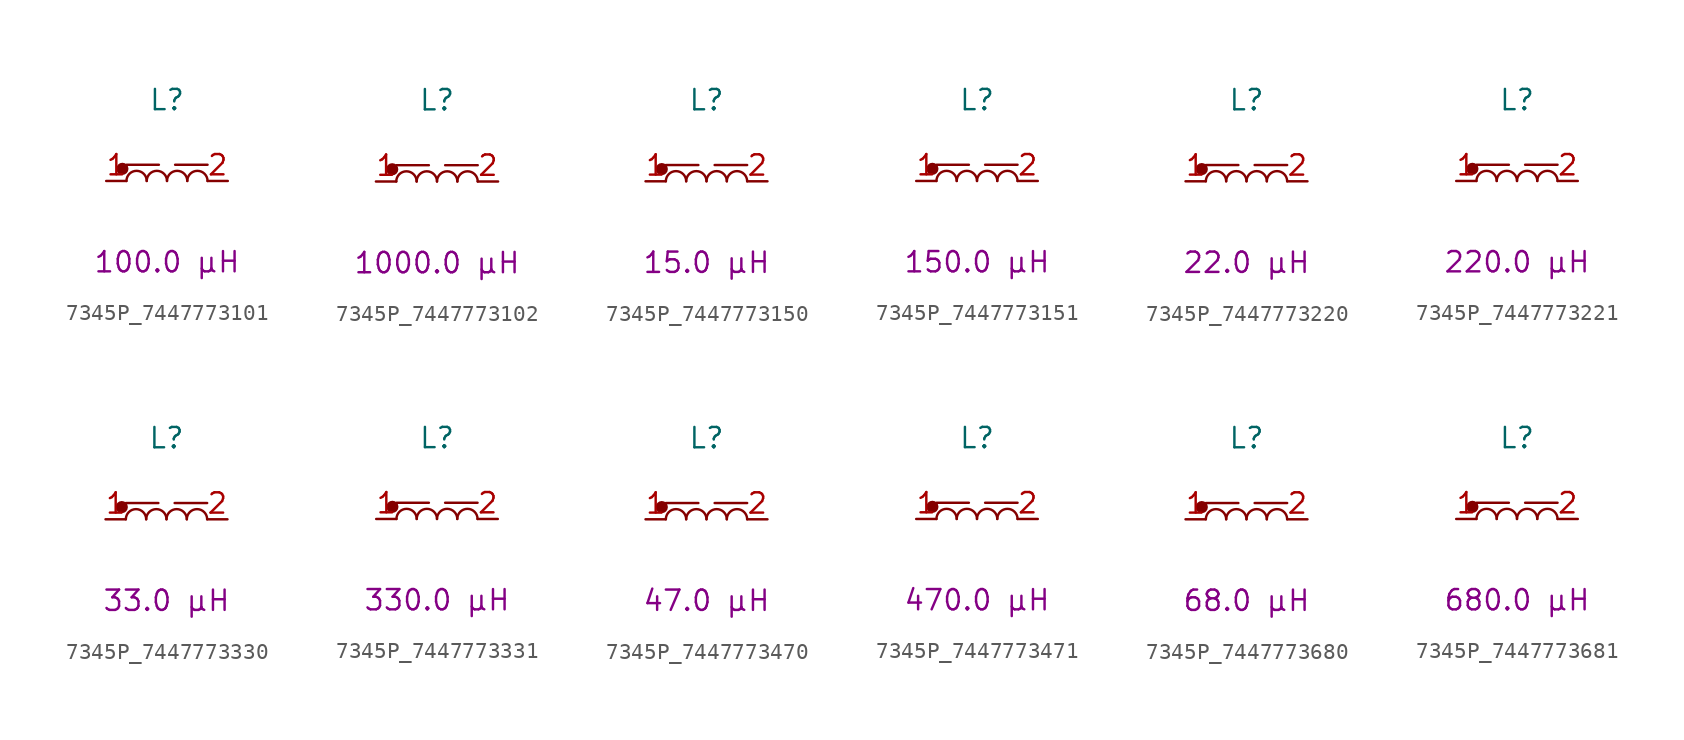
<source format=kicad_sym>
(kicad_symbol_lib
  (version 20220914)
  (generator kicad_symbol_editor)
  (symbol "7345P_7447773101"
    (pin_names hide)
    (property "Reference" "L"
      (at 0 5.08 0)
      (effects (font (size 1.27 1.27))))
    (property "Critical Parameter" "100.0 µH"
      (at 0 -5.08 0)
      (effects (font (size 1.27 1.27))))
    (symbol "7345P_7447773101_0_1"
      (arc (start -1.27 0) (mid -1.905 0.6323) (end -2.54 0) (stroke (width 0) (type default)) (fill (type none)))
      (arc (start 0 0) (mid -0.635 0.6323) (end -1.27 0) (stroke (width 0) (type default)) (fill (type none)))
      (polyline (pts (xy -2.54 1.016) (xy -0.508 1.016)) (stroke (width 0) (type default)) (fill (type none)))
      (arc (start 1.27 0) (mid 0.635 0.6323) (end 0 0) (stroke (width 0) (type default)) (fill (type none)))
      (arc (start 2.54 0) (mid 1.905 0.6323) (end 1.27 0) (stroke (width 0) (type default)) (fill (type none))))
    (symbol "7345P_7447773101_1_1"
      (circle (center -2.794 0.762) (radius 0.0001) (stroke (width 0.381) (type default)) (fill (type none)))
      (polyline (pts (xy 2.54 1.016) (xy 0.508 1.016)) (stroke (width 0) (type default)) (fill (type none)))
      (pin passive line (at -3.81 0 0) (length 1.27) (name "1" (effects (font (size 1.27 1.27)))) (number "1" (effects (font (size 1.27 1.27)))))
      (pin passive line (at 3.81 0 180) (length 1.27) (name "2" (effects (font (size 1.27 1.27)))) (number "2" (effects (font (size 1.27 1.27)))))))
  (symbol "7345P_7447773102"
    (pin_names hide)
    (property "Reference" "L"
      (at 0 5.08 0)
      (effects (font (size 1.27 1.27))))
    (property "Critical Parameter" "1000.0 µH"
      (at 0 -5.08 0)
      (effects (font (size 1.27 1.27))))
    (symbol "7345P_7447773102_0_1"
      (arc (start -1.27 0) (mid -1.905 0.6323) (end -2.54 0) (stroke (width 0) (type default)) (fill (type none)))
      (arc (start 0 0) (mid -0.635 0.6323) (end -1.27 0) (stroke (width 0) (type default)) (fill (type none)))
      (polyline (pts (xy -2.54 1.016) (xy -0.508 1.016)) (stroke (width 0) (type default)) (fill (type none)))
      (arc (start 1.27 0) (mid 0.635 0.6323) (end 0 0) (stroke (width 0) (type default)) (fill (type none)))
      (arc (start 2.54 0) (mid 1.905 0.6323) (end 1.27 0) (stroke (width 0) (type default)) (fill (type none))))
    (symbol "7345P_7447773102_1_1"
      (circle (center -2.794 0.762) (radius 0.0001) (stroke (width 0.381) (type default)) (fill (type none)))
      (polyline (pts (xy 2.54 1.016) (xy 0.508 1.016)) (stroke (width 0) (type default)) (fill (type none)))
      (pin passive line (at -3.81 0 0) (length 1.27) (name "1" (effects (font (size 1.27 1.27)))) (number "1" (effects (font (size 1.27 1.27)))))
      (pin passive line (at 3.81 0 180) (length 1.27) (name "2" (effects (font (size 1.27 1.27)))) (number "2" (effects (font (size 1.27 1.27)))))))
  (symbol "7345P_7447773150"
    (pin_names hide)
    (property "Reference" "L"
      (at 0 5.08 0)
      (effects (font (size 1.27 1.27))))
    (property "Critical Parameter" "15.0 µH"
      (at 0 -5.08 0)
      (effects (font (size 1.27 1.27))))
    (symbol "7345P_7447773150_0_1"
      (arc (start -1.27 0) (mid -1.905 0.6323) (end -2.54 0) (stroke (width 0) (type default)) (fill (type none)))
      (arc (start 0 0) (mid -0.635 0.6323) (end -1.27 0) (stroke (width 0) (type default)) (fill (type none)))
      (polyline (pts (xy -2.54 1.016) (xy -0.508 1.016)) (stroke (width 0) (type default)) (fill (type none)))
      (arc (start 1.27 0) (mid 0.635 0.6323) (end 0 0) (stroke (width 0) (type default)) (fill (type none)))
      (arc (start 2.54 0) (mid 1.905 0.6323) (end 1.27 0) (stroke (width 0) (type default)) (fill (type none))))
    (symbol "7345P_7447773150_1_1"
      (circle (center -2.794 0.762) (radius 0.0001) (stroke (width 0.381) (type default)) (fill (type none)))
      (polyline (pts (xy 2.54 1.016) (xy 0.508 1.016)) (stroke (width 0) (type default)) (fill (type none)))
      (pin passive line (at -3.81 0 0) (length 1.27) (name "1" (effects (font (size 1.27 1.27)))) (number "1" (effects (font (size 1.27 1.27)))))
      (pin passive line (at 3.81 0 180) (length 1.27) (name "2" (effects (font (size 1.27 1.27)))) (number "2" (effects (font (size 1.27 1.27)))))))
  (symbol "7345P_7447773151"
    (pin_names hide)
    (property "Reference" "L"
      (at 0 5.08 0)
      (effects (font (size 1.27 1.27))))
    (property "Critical Parameter" "150.0 µH"
      (at 0 -5.08 0)
      (effects (font (size 1.27 1.27))))
    (symbol "7345P_7447773151_0_1"
      (arc (start -1.27 0) (mid -1.905 0.6323) (end -2.54 0) (stroke (width 0) (type default)) (fill (type none)))
      (arc (start 0 0) (mid -0.635 0.6323) (end -1.27 0) (stroke (width 0) (type default)) (fill (type none)))
      (polyline (pts (xy -2.54 1.016) (xy -0.508 1.016)) (stroke (width 0) (type default)) (fill (type none)))
      (arc (start 1.27 0) (mid 0.635 0.6323) (end 0 0) (stroke (width 0) (type default)) (fill (type none)))
      (arc (start 2.54 0) (mid 1.905 0.6323) (end 1.27 0) (stroke (width 0) (type default)) (fill (type none))))
    (symbol "7345P_7447773151_1_1"
      (circle (center -2.794 0.762) (radius 0.0001) (stroke (width 0.381) (type default)) (fill (type none)))
      (polyline (pts (xy 2.54 1.016) (xy 0.508 1.016)) (stroke (width 0) (type default)) (fill (type none)))
      (pin passive line (at -3.81 0 0) (length 1.27) (name "1" (effects (font (size 1.27 1.27)))) (number "1" (effects (font (size 1.27 1.27)))))
      (pin passive line (at 3.81 0 180) (length 1.27) (name "2" (effects (font (size 1.27 1.27)))) (number "2" (effects (font (size 1.27 1.27)))))))
  (symbol "7345P_7447773220"
    (pin_names hide)
    (property "Reference" "L"
      (at 0 5.08 0)
      (effects (font (size 1.27 1.27))))
    (property "Critical Parameter" "22.0 µH"
      (at 0 -5.08 0)
      (effects (font (size 1.27 1.27))))
    (symbol "7345P_7447773220_0_1"
      (arc (start -1.27 0) (mid -1.905 0.6323) (end -2.54 0) (stroke (width 0) (type default)) (fill (type none)))
      (arc (start 0 0) (mid -0.635 0.6323) (end -1.27 0) (stroke (width 0) (type default)) (fill (type none)))
      (polyline (pts (xy -2.54 1.016) (xy -0.508 1.016)) (stroke (width 0) (type default)) (fill (type none)))
      (arc (start 1.27 0) (mid 0.635 0.6323) (end 0 0) (stroke (width 0) (type default)) (fill (type none)))
      (arc (start 2.54 0) (mid 1.905 0.6323) (end 1.27 0) (stroke (width 0) (type default)) (fill (type none))))
    (symbol "7345P_7447773220_1_1"
      (circle (center -2.794 0.762) (radius 0.0001) (stroke (width 0.381) (type default)) (fill (type none)))
      (polyline (pts (xy 2.54 1.016) (xy 0.508 1.016)) (stroke (width 0) (type default)) (fill (type none)))
      (pin passive line (at -3.81 0 0) (length 1.27) (name "1" (effects (font (size 1.27 1.27)))) (number "1" (effects (font (size 1.27 1.27)))))
      (pin passive line (at 3.81 0 180) (length 1.27) (name "2" (effects (font (size 1.27 1.27)))) (number "2" (effects (font (size 1.27 1.27)))))))
  (symbol "7345P_7447773221"
    (pin_names hide)
    (property "Reference" "L"
      (at 0 5.08 0)
      (effects (font (size 1.27 1.27))))
    (property "Critical Parameter" "220.0 µH"
      (at 0 -5.08 0)
      (effects (font (size 1.27 1.27))))
    (symbol "7345P_7447773221_0_1"
      (arc (start -1.27 0) (mid -1.905 0.6323) (end -2.54 0) (stroke (width 0) (type default)) (fill (type none)))
      (arc (start 0 0) (mid -0.635 0.6323) (end -1.27 0) (stroke (width 0) (type default)) (fill (type none)))
      (polyline (pts (xy -2.54 1.016) (xy -0.508 1.016)) (stroke (width 0) (type default)) (fill (type none)))
      (arc (start 1.27 0) (mid 0.635 0.6323) (end 0 0) (stroke (width 0) (type default)) (fill (type none)))
      (arc (start 2.54 0) (mid 1.905 0.6323) (end 1.27 0) (stroke (width 0) (type default)) (fill (type none))))
    (symbol "7345P_7447773221_1_1"
      (circle (center -2.794 0.762) (radius 0.0001) (stroke (width 0.381) (type default)) (fill (type none)))
      (polyline (pts (xy 2.54 1.016) (xy 0.508 1.016)) (stroke (width 0) (type default)) (fill (type none)))
      (pin passive line (at -3.81 0 0) (length 1.27) (name "1" (effects (font (size 1.27 1.27)))) (number "1" (effects (font (size 1.27 1.27)))))
      (pin passive line (at 3.81 0 180) (length 1.27) (name "2" (effects (font (size 1.27 1.27)))) (number "2" (effects (font (size 1.27 1.27)))))))
  (symbol "7345P_7447773330"
    (pin_names hide)
    (property "Reference" "L"
      (at 0 5.08 0)
      (effects (font (size 1.27 1.27))))
    (property "Critical Parameter" "33.0 µH"
      (at 0 -5.08 0)
      (effects (font (size 1.27 1.27))))
    (symbol "7345P_7447773330_0_1"
      (arc (start -1.27 0) (mid -1.905 0.6323) (end -2.54 0) (stroke (width 0) (type default)) (fill (type none)))
      (arc (start 0 0) (mid -0.635 0.6323) (end -1.27 0) (stroke (width 0) (type default)) (fill (type none)))
      (polyline (pts (xy -2.54 1.016) (xy -0.508 1.016)) (stroke (width 0) (type default)) (fill (type none)))
      (arc (start 1.27 0) (mid 0.635 0.6323) (end 0 0) (stroke (width 0) (type default)) (fill (type none)))
      (arc (start 2.54 0) (mid 1.905 0.6323) (end 1.27 0) (stroke (width 0) (type default)) (fill (type none))))
    (symbol "7345P_7447773330_1_1"
      (circle (center -2.794 0.762) (radius 0.0001) (stroke (width 0.381) (type default)) (fill (type none)))
      (polyline (pts (xy 2.54 1.016) (xy 0.508 1.016)) (stroke (width 0) (type default)) (fill (type none)))
      (pin passive line (at -3.81 0 0) (length 1.27) (name "1" (effects (font (size 1.27 1.27)))) (number "1" (effects (font (size 1.27 1.27)))))
      (pin passive line (at 3.81 0 180) (length 1.27) (name "2" (effects (font (size 1.27 1.27)))) (number "2" (effects (font (size 1.27 1.27)))))))
  (symbol "7345P_7447773331"
    (pin_names hide)
    (property "Reference" "L"
      (at 0 5.08 0)
      (effects (font (size 1.27 1.27))))
    (property "Critical Parameter" "330.0 µH"
      (at 0 -5.08 0)
      (effects (font (size 1.27 1.27))))
    (symbol "7345P_7447773331_0_1"
      (arc (start -1.27 0) (mid -1.905 0.6323) (end -2.54 0) (stroke (width 0) (type default)) (fill (type none)))
      (arc (start 0 0) (mid -0.635 0.6323) (end -1.27 0) (stroke (width 0) (type default)) (fill (type none)))
      (polyline (pts (xy -2.54 1.016) (xy -0.508 1.016)) (stroke (width 0) (type default)) (fill (type none)))
      (arc (start 1.27 0) (mid 0.635 0.6323) (end 0 0) (stroke (width 0) (type default)) (fill (type none)))
      (arc (start 2.54 0) (mid 1.905 0.6323) (end 1.27 0) (stroke (width 0) (type default)) (fill (type none))))
    (symbol "7345P_7447773331_1_1"
      (circle (center -2.794 0.762) (radius 0.0001) (stroke (width 0.381) (type default)) (fill (type none)))
      (polyline (pts (xy 2.54 1.016) (xy 0.508 1.016)) (stroke (width 0) (type default)) (fill (type none)))
      (pin passive line (at -3.81 0 0) (length 1.27) (name "1" (effects (font (size 1.27 1.27)))) (number "1" (effects (font (size 1.27 1.27)))))
      (pin passive line (at 3.81 0 180) (length 1.27) (name "2" (effects (font (size 1.27 1.27)))) (number "2" (effects (font (size 1.27 1.27)))))))
  (symbol "7345P_7447773470"
    (pin_names hide)
    (property "Reference" "L"
      (at 0 5.08 0)
      (effects (font (size 1.27 1.27))))
    (property "Critical Parameter" "47.0 µH"
      (at 0 -5.08 0)
      (effects (font (size 1.27 1.27))))
    (symbol "7345P_7447773470_0_1"
      (arc (start -1.27 0) (mid -1.905 0.6323) (end -2.54 0) (stroke (width 0) (type default)) (fill (type none)))
      (arc (start 0 0) (mid -0.635 0.6323) (end -1.27 0) (stroke (width 0) (type default)) (fill (type none)))
      (polyline (pts (xy -2.54 1.016) (xy -0.508 1.016)) (stroke (width 0) (type default)) (fill (type none)))
      (arc (start 1.27 0) (mid 0.635 0.6323) (end 0 0) (stroke (width 0) (type default)) (fill (type none)))
      (arc (start 2.54 0) (mid 1.905 0.6323) (end 1.27 0) (stroke (width 0) (type default)) (fill (type none))))
    (symbol "7345P_7447773470_1_1"
      (circle (center -2.794 0.762) (radius 0.0001) (stroke (width 0.381) (type default)) (fill (type none)))
      (polyline (pts (xy 2.54 1.016) (xy 0.508 1.016)) (stroke (width 0) (type default)) (fill (type none)))
      (pin passive line (at -3.81 0 0) (length 1.27) (name "1" (effects (font (size 1.27 1.27)))) (number "1" (effects (font (size 1.27 1.27)))))
      (pin passive line (at 3.81 0 180) (length 1.27) (name "2" (effects (font (size 1.27 1.27)))) (number "2" (effects (font (size 1.27 1.27)))))))
  (symbol "7345P_7447773471"
    (pin_names hide)
    (property "Reference" "L"
      (at 0 5.08 0)
      (effects (font (size 1.27 1.27))))
    (property "Critical Parameter" "470.0 µH"
      (at 0 -5.08 0)
      (effects (font (size 1.27 1.27))))
    (symbol "7345P_7447773471_0_1"
      (arc (start -1.27 0) (mid -1.905 0.6323) (end -2.54 0) (stroke (width 0) (type default)) (fill (type none)))
      (arc (start 0 0) (mid -0.635 0.6323) (end -1.27 0) (stroke (width 0) (type default)) (fill (type none)))
      (polyline (pts (xy -2.54 1.016) (xy -0.508 1.016)) (stroke (width 0) (type default)) (fill (type none)))
      (arc (start 1.27 0) (mid 0.635 0.6323) (end 0 0) (stroke (width 0) (type default)) (fill (type none)))
      (arc (start 2.54 0) (mid 1.905 0.6323) (end 1.27 0) (stroke (width 0) (type default)) (fill (type none))))
    (symbol "7345P_7447773471_1_1"
      (circle (center -2.794 0.762) (radius 0.0001) (stroke (width 0.381) (type default)) (fill (type none)))
      (polyline (pts (xy 2.54 1.016) (xy 0.508 1.016)) (stroke (width 0) (type default)) (fill (type none)))
      (pin passive line (at -3.81 0 0) (length 1.27) (name "1" (effects (font (size 1.27 1.27)))) (number "1" (effects (font (size 1.27 1.27)))))
      (pin passive line (at 3.81 0 180) (length 1.27) (name "2" (effects (font (size 1.27 1.27)))) (number "2" (effects (font (size 1.27 1.27)))))))
  (symbol "7345P_7447773680"
    (pin_names hide)
    (property "Reference" "L"
      (at 0 5.08 0)
      (effects (font (size 1.27 1.27))))
    (property "Critical Parameter" "68.0 µH"
      (at 0 -5.08 0)
      (effects (font (size 1.27 1.27))))
    (symbol "7345P_7447773680_0_1"
      (arc (start -1.27 0) (mid -1.905 0.6323) (end -2.54 0) (stroke (width 0) (type default)) (fill (type none)))
      (arc (start 0 0) (mid -0.635 0.6323) (end -1.27 0) (stroke (width 0) (type default)) (fill (type none)))
      (polyline (pts (xy -2.54 1.016) (xy -0.508 1.016)) (stroke (width 0) (type default)) (fill (type none)))
      (arc (start 1.27 0) (mid 0.635 0.6323) (end 0 0) (stroke (width 0) (type default)) (fill (type none)))
      (arc (start 2.54 0) (mid 1.905 0.6323) (end 1.27 0) (stroke (width 0) (type default)) (fill (type none))))
    (symbol "7345P_7447773680_1_1"
      (circle (center -2.794 0.762) (radius 0.0001) (stroke (width 0.381) (type default)) (fill (type none)))
      (polyline (pts (xy 2.54 1.016) (xy 0.508 1.016)) (stroke (width 0) (type default)) (fill (type none)))
      (pin passive line (at -3.81 0 0) (length 1.27) (name "1" (effects (font (size 1.27 1.27)))) (number "1" (effects (font (size 1.27 1.27)))))
      (pin passive line (at 3.81 0 180) (length 1.27) (name "2" (effects (font (size 1.27 1.27)))) (number "2" (effects (font (size 1.27 1.27)))))))
  (symbol "7345P_7447773681"
    (pin_names hide)
    (property "Reference" "L"
      (at 0 5.08 0)
      (effects (font (size 1.27 1.27))))
    (property "Critical Parameter" "680.0 µH"
      (at 0 -5.08 0)
      (effects (font (size 1.27 1.27))))
    (symbol "7345P_7447773681_0_1"
      (arc (start -1.27 0) (mid -1.905 0.6323) (end -2.54 0) (stroke (width 0) (type default)) (fill (type none)))
      (arc (start 0 0) (mid -0.635 0.6323) (end -1.27 0) (stroke (width 0) (type default)) (fill (type none)))
      (polyline (pts (xy -2.54 1.016) (xy -0.508 1.016)) (stroke (width 0) (type default)) (fill (type none)))
      (arc (start 1.27 0) (mid 0.635 0.6323) (end 0 0) (stroke (width 0) (type default)) (fill (type none)))
      (arc (start 2.54 0) (mid 1.905 0.6323) (end 1.27 0) (stroke (width 0) (type default)) (fill (type none))))
    (symbol "7345P_7447773681_1_1"
      (circle (center -2.794 0.762) (radius 0.0001) (stroke (width 0.381) (type default)) (fill (type none)))
      (polyline (pts (xy 2.54 1.016) (xy 0.508 1.016)) (stroke (width 0) (type default)) (fill (type none)))
      (pin passive line (at -3.81 0 0) (length 1.27) (name "1" (effects (font (size 1.27 1.27)))) (number "1" (effects (font (size 1.27 1.27)))))
      (pin passive line (at 3.81 0 180) (length 1.27) (name "2" (effects (font (size 1.27 1.27)))) (number "2" (effects (font (size 1.27 1.27))))))))
</source>
